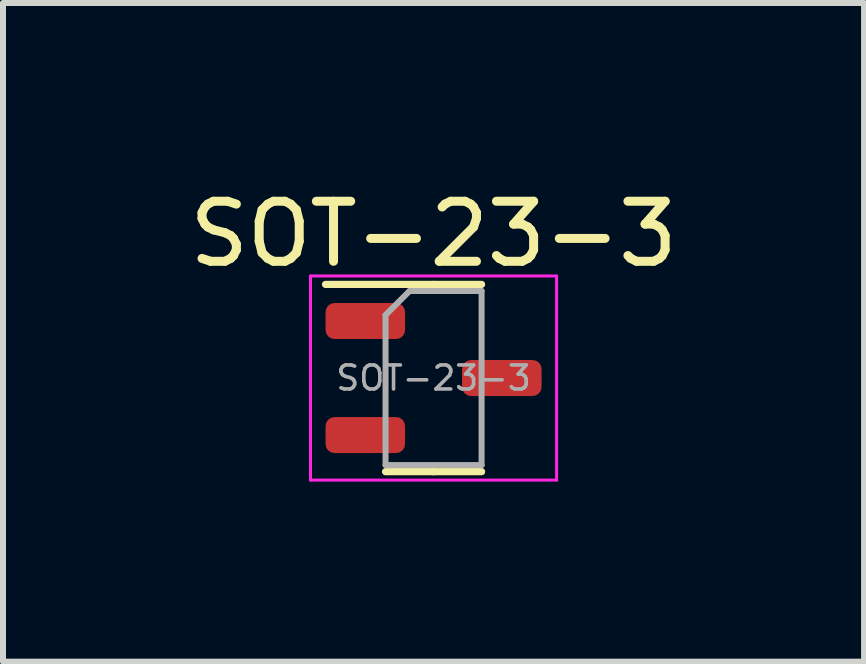
<source format=kicad_pcb>
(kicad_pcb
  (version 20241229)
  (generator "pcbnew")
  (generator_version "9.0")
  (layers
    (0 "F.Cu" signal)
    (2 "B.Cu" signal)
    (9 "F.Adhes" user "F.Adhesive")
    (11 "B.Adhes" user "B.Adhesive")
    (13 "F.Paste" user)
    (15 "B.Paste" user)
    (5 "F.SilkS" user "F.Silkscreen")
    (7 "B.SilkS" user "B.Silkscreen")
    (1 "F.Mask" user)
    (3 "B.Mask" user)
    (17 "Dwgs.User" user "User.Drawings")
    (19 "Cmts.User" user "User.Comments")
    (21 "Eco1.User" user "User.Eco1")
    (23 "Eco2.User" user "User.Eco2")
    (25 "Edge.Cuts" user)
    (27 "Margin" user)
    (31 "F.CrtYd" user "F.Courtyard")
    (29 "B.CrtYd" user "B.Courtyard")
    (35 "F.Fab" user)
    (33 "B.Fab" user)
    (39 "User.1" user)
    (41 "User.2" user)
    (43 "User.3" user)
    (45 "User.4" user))
  (footprint "SOT-23-3"
    (layer "F.Cu")
    (at 4.173 3.248)
    (property "Reference" "SOT-23-3" (at 0 -2.4 0) (layer "F.SilkS") (effects (font (size 1 1) (thickness 0.15))))
    (attr smd)
    (fp_line (start 0 -1.56) (end -1.8 -1.56) (stroke (width 0.12) (type solid)) (layer "F.SilkS"))
    (fp_line (start 0 -1.56) (end 0.8 -1.56) (stroke (width 0.12) (type solid)) (layer "F.SilkS"))
    (fp_line (start 0 1.56) (end -0.8 1.56) (stroke (width 0.12) (type solid)) (layer "F.SilkS"))
    (fp_line (start 0 1.56) (end 0.8 1.56) (stroke (width 0.12) (type solid)) (layer "F.SilkS"))
    (fp_line (start -2.05 -1.7) (end -2.05 1.7) (stroke (width 0.05) (type solid)) (layer "F.CrtYd"))
    (fp_line (start -2.05 1.7) (end 2.05 1.7) (stroke (width 0.05) (type solid)) (layer "F.CrtYd"))
    (fp_line (start 2.05 -1.7) (end -2.05 -1.7) (stroke (width 0.05) (type solid)) (layer "F.CrtYd"))
    (fp_line (start 2.05 1.7) (end 2.05 -1.7) (stroke (width 0.05) (type solid)) (layer "F.CrtYd"))
    (fp_line (start -0.8 -1.05) (end -0.4 -1.45) (stroke (width 0.1) (type solid)) (layer "F.Fab"))
    (fp_line (start -0.8 1.45) (end -0.8 -1.05) (stroke (width 0.1) (type solid)) (layer "F.Fab"))
    (fp_line (start -0.4 -1.45) (end 0.8 -1.45) (stroke (width 0.1) (type solid)) (layer "F.Fab"))
    (fp_line (start 0.8 -1.45) (end 0.8 1.45) (stroke (width 0.1) (type solid)) (layer "F.Fab"))
    (fp_line (start 0.8 1.45) (end -0.8 1.45) (stroke (width 0.1) (type solid)) (layer "F.Fab"))
    (fp_text user "${REFERENCE}" (at 0 0 0) (layer "F.Fab") (effects (font (size 0.4 0.4) (thickness 0.06))))
    (pad "1" smd roundrect (at -1.137 -0.95) (size 1.325 0.6) (layers "F.Cu" "F.Mask" "F.Paste") (roundrect_rratio 0.25))
    (pad "2" smd roundrect (at -1.137 0.95) (size 1.325 0.6) (layers "F.Cu" "F.Mask" "F.Paste") (roundrect_rratio 0.25))
    (pad "3" smd roundrect (at 1.137 0) (size 1.325 0.6) (layers "F.Cu" "F.Mask" "F.Paste") (roundrect_rratio 0.25)))
  (gr_rect
    (start -3 -3)
    (end 11.345 7.973)
    (stroke (width 0.1) (type default))
    (fill no)
    (layer "Edge.Cuts")))
</source>
